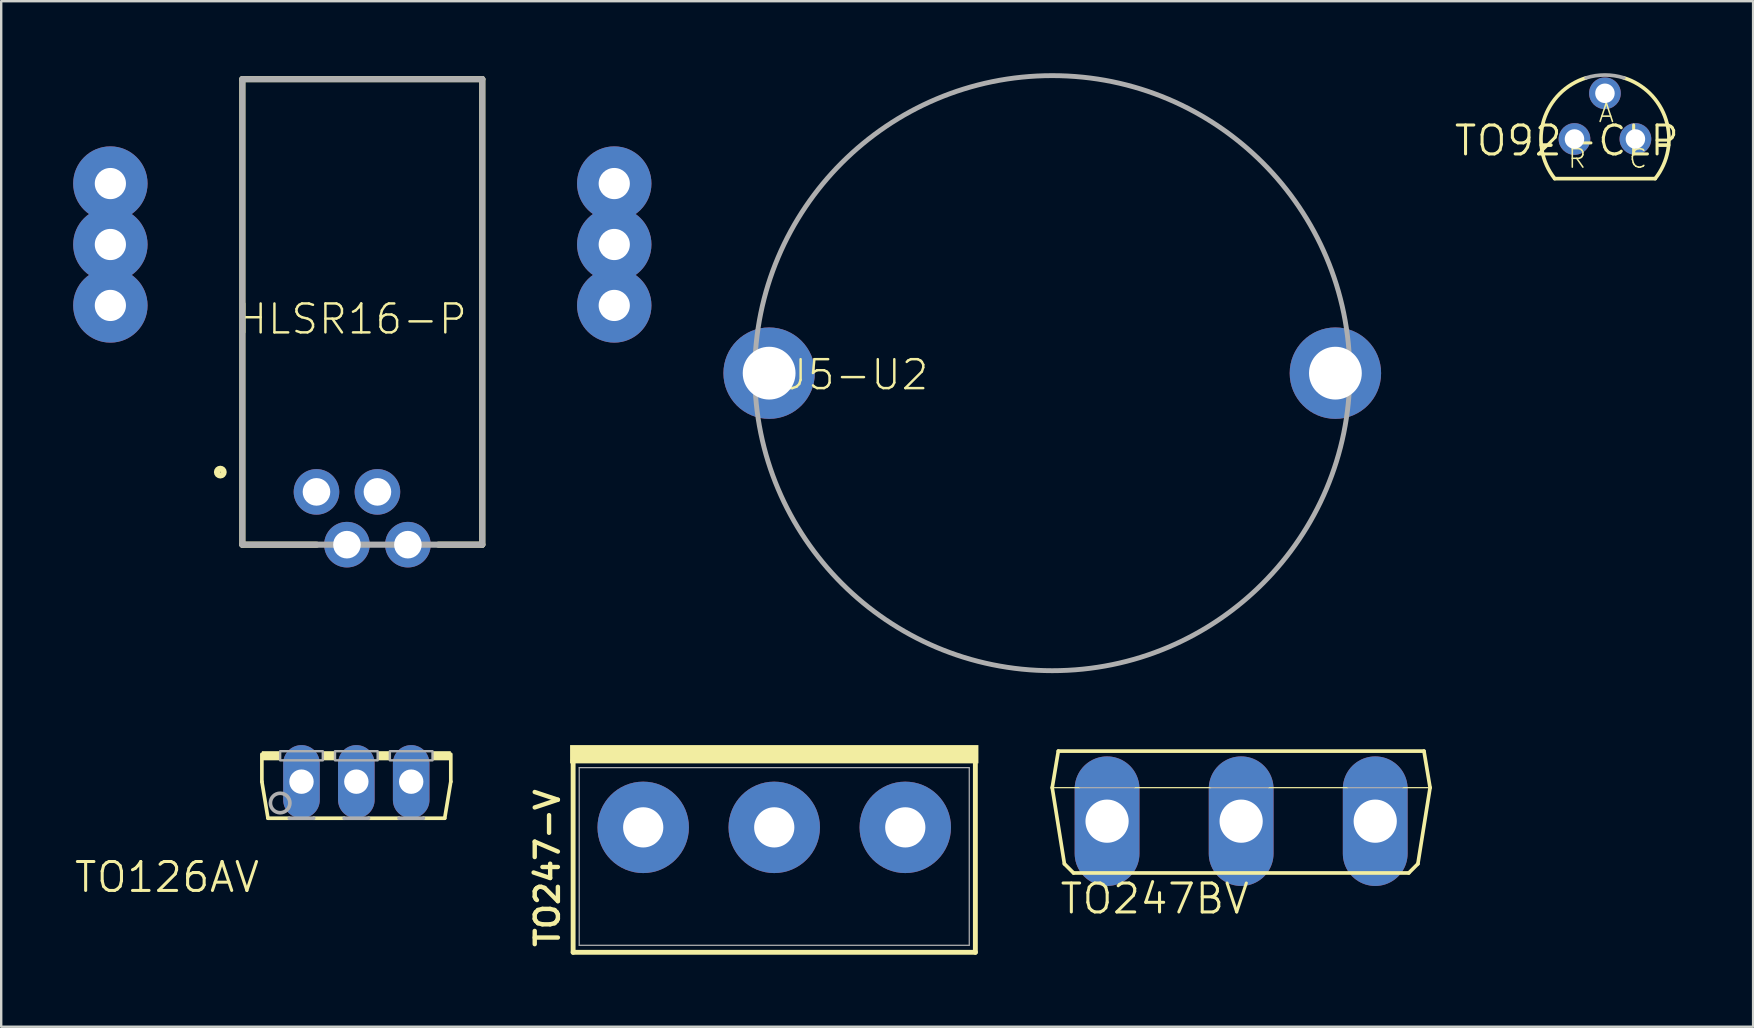
<source format=kicad_pcb>
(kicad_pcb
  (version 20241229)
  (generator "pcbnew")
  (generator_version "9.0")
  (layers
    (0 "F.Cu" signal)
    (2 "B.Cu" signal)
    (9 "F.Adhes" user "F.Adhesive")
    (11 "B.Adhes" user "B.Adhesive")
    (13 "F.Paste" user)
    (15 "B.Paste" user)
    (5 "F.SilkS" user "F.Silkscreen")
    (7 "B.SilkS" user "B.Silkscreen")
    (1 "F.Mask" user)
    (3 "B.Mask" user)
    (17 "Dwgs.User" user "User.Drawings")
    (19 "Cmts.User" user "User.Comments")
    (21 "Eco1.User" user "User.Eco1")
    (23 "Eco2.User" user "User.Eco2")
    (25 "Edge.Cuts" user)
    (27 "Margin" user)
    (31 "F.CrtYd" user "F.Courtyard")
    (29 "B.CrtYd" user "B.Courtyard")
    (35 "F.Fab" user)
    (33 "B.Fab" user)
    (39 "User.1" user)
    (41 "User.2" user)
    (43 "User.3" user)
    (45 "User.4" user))
  (footprint "TO92-CLP"
    (layer "F.Cu")
    (at 63.839 2.743)
    (property "Reference" "TO92-CLP" (at 3.175 -0.635 0) (layer "F.SilkS") (effects (font (size 1.206 1.206) (thickness 0.127)) (justify right top)))
    (attr through_hole)
    (fp_line (start -2.655 0.254) (end -2.254 0.254) (stroke (width 0.152) (type solid)) (layer "F.SilkS"))
    (fp_line (start -2.095 1.651) (end 2.095 1.651) (stroke (width 0.152) (type solid)) (layer "F.SilkS"))
    (fp_line (start 2.254 0.254) (end 2.655 0.254) (stroke (width 0.152) (type solid)) (layer "F.SilkS"))
    (fp_arc (start -2.0946 1.651) (mid -2.54634 -0.793276) (end -0.786301 -2.548501) (stroke (width 0.1524) (type solid)) (layer "F.SilkS"))
    (fp_arc (start 0.7868 -2.5484) (mid 2.54677 -0.793202) (end 2.095 1.650999) (stroke (width 0.1524) (type solid)) (layer "F.SilkS"))
    (fp_arc (start -0.7863 -2.5485) (mid 0 -2.667043) (end 0.7863 -2.5485) (stroke (width 0.1524) (type solid)) (layer "F.Fab"))
    (fp_text user "A" (at -0.318 -0.635 0) (layer "F.SilkS") (effects (font (size 0.772 0.772) (thickness 0.065)) (justify left bottom)))
    (fp_text user "R" (at -1.587 1.27 0) (layer "F.SilkS") (effects (font (size 0.772 0.772) (thickness 0.065)) (justify left bottom)))
    (fp_text user "C" (at 0.953 1.27 0) (layer "F.SilkS") (effects (font (size 0.772 0.772) (thickness 0.065)) (justify left bottom)))
    (pad "A" thru_hole circle (at 0 -1.905) (size 1.321 1.321) (drill 0.813) (layers "*.Cu" "*.Mask"))
    (pad "C" thru_hole circle (at 1.27 0) (size 1.321 1.321) (drill 0.813) (layers "*.Cu" "*.Mask"))
    (pad "R" thru_hole circle (at -1.27 0) (size 1.321 1.321) (drill 0.813) (layers "*.Cu" "*.Mask")))
  (footprint "HLSR16-P"
    (layer "F.Cu")
    (at 7.05 0.25)
    (property "Reference" "HLSR16-P" (at 4.582 10 0) (layer "F.SilkS") (effects (font (size 1.206 1.206) (thickness 0.102))))
    (attr through_hole)
    (fp_line (start 0 0) (end 10 0) (stroke (width 0.254) (type solid)) (layer "F.SilkS"))
    (fp_line (start 0 19.4) (end 0 0) (stroke (width 0.254) (type solid)) (layer "F.SilkS"))
    (fp_line (start 0 19.4) (end 3.1 19.4) (stroke (width 0.254) (type solid)) (layer "F.SilkS"))
    (fp_line (start 10 0) (end 10 19.4) (stroke (width 0.254) (type solid)) (layer "F.SilkS"))
    (fp_line (start 10 19.4) (end 8.171 19.4) (stroke (width 0.254) (type solid)) (layer "F.SilkS"))
    (fp_circle (center -0.918 16.376) (end -0.778 16.376) (stroke (width 0.254) (type solid)) (fill no) (layer "F.SilkS"))
    (fp_line (start 0 0) (end 10 0) (stroke (width 0.254) (type solid)) (layer "F.Fab"))
    (fp_line (start 0 19.4) (end 0 0) (stroke (width 0.254) (type solid)) (layer "F.Fab"))
    (fp_line (start 10 0) (end 10 19.4) (stroke (width 0.254) (type solid)) (layer "F.Fab"))
    (fp_line (start 10 19.4) (end 0 19.4) (stroke (width 0.254) (type solid)) (layer "F.Fab"))
    (pad "1" thru_hole circle (at 3.09 17.2) (size 1.9 1.9) (drill 1.15) (layers "*.Cu" "*.Mask"))
    (pad "2" thru_hole circle (at 4.36 19.4) (size 1.9 1.9) (drill 1.15) (layers "*.Cu" "*.Mask"))
    (pad "3" thru_hole circle (at 5.63 17.2) (size 1.9 1.9) (drill 1.15) (layers "*.Cu" "*.Mask"))
    (pad "4" thru_hole circle (at 6.9 19.4) (size 1.9 1.9) (drill 1.15) (layers "*.Cu" "*.Mask"))
    (pad "5" thru_hole circle (at 15.5 9.43) (size 3.1 3.1) (drill 1.3) (layers "*.Cu" "*.Mask"))
    (pad "6" thru_hole circle (at 15.5 6.89) (size 3.1 3.1) (drill 1.3) (layers "*.Cu" "*.Mask"))
    (pad "7" thru_hole circle (at 15.5 4.35) (size 3.1 3.1) (drill 1.3) (layers "*.Cu" "*.Mask"))
    (pad "8" thru_hole circle (at -5.5 4.35) (size 3.1 3.1) (drill 1.3) (layers "*.Cu" "*.Mask"))
    (pad "9" thru_hole circle (at -5.5 6.89) (size 3.1 3.1) (drill 1.3) (layers "*.Cu" "*.Mask"))
    (pad "10" thru_hole circle (at -5.5 9.43) (size 3.1 3.1) (drill 1.3) (layers "*.Cu" "*.Mask")))
  (footprint "TO247BV"
    (layer "F.Cu")
    (at 48.677 28.253)
    (property "Reference" "TO247BV" (at -7.62 6.858 0) (layer "F.SilkS") (effects (font (size 1.206 1.206) (thickness 0.127)) (justify left bottom)))
    (attr through_hole)
    (fp_line (start -7.874 1.524) (end -6.731 1.524) (stroke (width 0.051) (type solid)) (layer "F.SilkS"))
    (fp_line (start -7.62 0) (end -7.874 1.524) (stroke (width 0.152) (type solid)) (layer "F.SilkS"))
    (fp_line (start -7.366 4.699) (end -7.874 1.524) (stroke (width 0.152) (type solid)) (layer "F.SilkS"))
    (fp_line (start -6.985 5.08) (end -7.366 4.699) (stroke (width 0.152) (type solid)) (layer "F.SilkS"))
    (fp_line (start -6.985 5.08) (end 6.985 5.08) (stroke (width 0.152) (type solid)) (layer "F.SilkS"))
    (fp_line (start -4.445 1.524) (end -1.27 1.524) (stroke (width 0.051) (type solid)) (layer "F.SilkS"))
    (fp_line (start 1.143 1.524) (end 4.445 1.524) (stroke (width 0.051) (type solid)) (layer "F.SilkS"))
    (fp_line (start 6.731 1.524) (end 7.874 1.524) (stroke (width 0.051) (type solid)) (layer "F.SilkS"))
    (fp_line (start 6.985 5.08) (end 7.366 4.699) (stroke (width 0.152) (type solid)) (layer "F.SilkS"))
    (fp_line (start 7.366 4.699) (end 7.874 1.524) (stroke (width 0.152) (type solid)) (layer "F.SilkS"))
    (fp_line (start 7.62 0) (end -7.62 0) (stroke (width 0.152) (type solid)) (layer "F.SilkS"))
    (fp_line (start 7.874 1.524) (end 7.62 0) (stroke (width 0.152) (type solid)) (layer "F.SilkS"))
    (fp_line (start -6.731 1.524) (end -4.445 1.524) (stroke (width 0.051) (type solid)) (layer "F.Fab"))
    (fp_line (start -1.27 1.524) (end 1.143 1.524) (stroke (width 0.051) (type solid)) (layer "F.Fab"))
    (fp_line (start 4.445 1.524) (end 6.731 1.524) (stroke (width 0.051) (type solid)) (layer "F.Fab"))
    (pad "1" thru_hole oval (at -5.588 2.921 90) (size 5.4 2.7) (drill 1.8) (layers "*.Cu" "*.Mask"))
    (pad "2" thru_hole oval (at 0 2.921 90) (size 5.4 2.7) (drill 1.8) (layers "*.Cu" "*.Mask"))
    (pad "3" thru_hole oval (at 5.588 2.921 90) (size 5.4 2.7) (drill 1.8) (layers "*.Cu" "*.Mask")))
  (footprint "TO247-V"
    (layer "F.Cu")
    (at 29.218 31.432)
    (property "Reference" "TO247-V" (at -8.89 5.08 90) (layer "F.SilkS") (effects (font (size 0.965 0.965) (thickness 0.183)) (justify left bottom)))
    (attr through_hole)
    (fp_line (start -8.382 -2.794) (end 8.382 -2.794) (stroke (width 0.203) (type solid)) (layer "F.SilkS"))
    (fp_line (start -8.382 5.207) (end -8.382 -2.794) (stroke (width 0.203) (type solid)) (layer "F.SilkS"))
    (fp_line (start 8.382 -2.794) (end 8.382 5.207) (stroke (width 0.203) (type solid)) (layer "F.SilkS"))
    (fp_line (start 8.382 5.207) (end -8.382 5.207) (stroke (width 0.203) (type solid)) (layer "F.SilkS"))
    (fp_poly (pts (xy -8.509 -2.667) (xy 8.509 -2.667) (xy 8.509 -3.429) (xy -8.509 -3.429)) (stroke (width 0) (type solid)) (fill yes) (layer "F.SilkS"))
    (fp_line (start -8.128 -2.489) (end 8.128 -2.489) (stroke (width 0.051) (type solid)) (layer "F.Fab"))
    (fp_line (start -8.128 4.915) (end -8.128 -2.489) (stroke (width 0.051) (type solid)) (layer "F.Fab"))
    (fp_line (start 8.128 -2.489) (end 8.128 4.915) (stroke (width 0.051) (type solid)) (layer "F.Fab"))
    (fp_line (start 8.128 4.915) (end -8.128 4.915) (stroke (width 0.051) (type solid)) (layer "F.Fab"))
    (pad "1" thru_hole circle (at -5.461 0 90) (size 3.81 3.81) (drill 1.676) (layers "*.Cu" "*.Mask"))
    (pad "2" thru_hole circle (at 0 0 90) (size 3.81 3.81) (drill 1.676) (layers "*.Cu" "*.Mask"))
    (pad "3" thru_hole circle (at 5.461 0 90) (size 3.81 3.81) (drill 1.676) (layers "*.Cu" "*.Mask")))
  (footprint "TJ5-U2"
    (layer "F.Cu")
    (at 40.805 12.502)
    (property "Reference" "TJ5-U2" (at -5.08 -0.635 0) (layer "F.SilkS") (effects (font (size 1.206 1.206) (thickness 0.102)) (justify right top)))
    (attr through_hole)
    (fp_circle (center 0 0) (end 12.4 0) (stroke (width 0.203) (type solid)) (fill no) (layer "F.Fab"))
    (pad "1" thru_hole circle (at -11.8 0) (size 3.81 3.81) (drill 2.2) (layers "*.Cu" "*.Mask"))
    (pad "2" thru_hole circle (at 11.8 0) (size 3.81 3.81) (drill 2.2) (layers "*.Cu" "*.Mask")))
  (footprint "TO126AV"
    (layer "F.Cu")
    (at 11.801 28.257)
    (property "Reference" "TO126AV" (at -3.962 4.547 0) (layer "F.SilkS") (effects (font (size 1.206 1.206) (thickness 0.127)) (justify right top)))
    (attr through_hole)
    (fp_line (start -3.937 0.127) (end -3.937 1.27) (stroke (width 0.152) (type solid)) (layer "F.SilkS"))
    (fp_line (start -3.937 1.27) (end -3.683 2.794) (stroke (width 0.152) (type solid)) (layer "F.SilkS"))
    (fp_line (start -3.683 2.794) (end -2.794 2.794) (stroke (width 0.152) (type solid)) (layer "F.SilkS"))
    (fp_line (start -1.778 2.794) (end -0.508 2.794) (stroke (width 0.152) (type solid)) (layer "F.SilkS"))
    (fp_line (start 0.508 2.794) (end 1.778 2.794) (stroke (width 0.152) (type solid)) (layer "F.SilkS"))
    (fp_line (start 2.794 2.794) (end 3.683 2.794) (stroke (width 0.152) (type solid)) (layer "F.SilkS"))
    (fp_line (start 3.683 2.794) (end 3.937 1.27) (stroke (width 0.152) (type solid)) (layer "F.SilkS"))
    (fp_line (start 3.937 1.27) (end 3.937 0.127) (stroke (width 0.152) (type solid)) (layer "F.SilkS"))
    (fp_poly (pts (xy -3.937 0.381) (xy -3.175 0.381) (xy -3.175 0) (xy -3.937 0)) (stroke (width 0) (type solid)) (fill yes) (layer "F.SilkS"))
    (fp_poly (pts (xy -1.397 0.381) (xy -0.889 0.381) (xy -0.889 0) (xy -1.397 0)) (stroke (width 0) (type solid)) (fill yes) (layer "F.SilkS"))
    (fp_poly (pts (xy 0.889 0.381) (xy 1.397 0.381) (xy 1.397 0) (xy 0.889 0)) (stroke (width 0) (type solid)) (fill yes) (layer "F.SilkS"))
    (fp_poly (pts (xy 3.175 0.381) (xy 3.937 0.381) (xy 3.937 0) (xy 3.175 0)) (stroke (width 0) (type solid)) (fill yes) (layer "F.SilkS"))
    (fp_line (start -2.794 2.794) (end -1.778 2.794) (stroke (width 0.152) (type solid)) (layer "F.Fab"))
    (fp_line (start -0.508 2.794) (end 0.508 2.794) (stroke (width 0.152) (type solid)) (layer "F.Fab"))
    (fp_line (start 1.778 2.794) (end 2.794 2.794) (stroke (width 0.152) (type solid)) (layer "F.Fab"))
    (fp_circle (center -3.175 2.159) (end -2.769 2.159) (stroke (width 0.152) (type solid)) (fill no) (layer "F.Fab"))
    (fp_poly (pts (xy -3.175 0.381) (xy -1.397 0.381) (xy -1.397 0) (xy -3.175 0)) (stroke (width 0.1) (type solid)) (fill no) (layer "F.Fab"))
    (fp_poly (pts (xy -0.889 0.381) (xy 0.889 0.381) (xy 0.889 0) (xy -0.889 0)) (stroke (width 0.1) (type solid)) (fill no) (layer "F.Fab"))
    (fp_poly (pts (xy 1.397 0.381) (xy 3.175 0.381) (xy 3.175 0) (xy 1.397 0)) (stroke (width 0.1) (type solid)) (fill no) (layer "F.Fab"))
    (pad "B" thru_hole oval (at 2.286 1.27 90) (size 3.048 1.524) (drill 1.016) (layers "*.Cu" "*.Mask"))
    (pad "C" thru_hole oval (at 0 1.27 90) (size 3.048 1.524) (drill 1.016) (layers "*.Cu" "*.Mask"))
    (pad "E" thru_hole oval (at -2.286 1.27 90) (size 3.048 1.524) (drill 1.016) (layers "*.Cu" "*.Mask")))
  (gr_rect
    (start -3 -3)
    (end 70.014 39.741)
    (stroke (width 0.1) (type default))
    (fill no)
    (layer "Edge.Cuts")))
</source>
